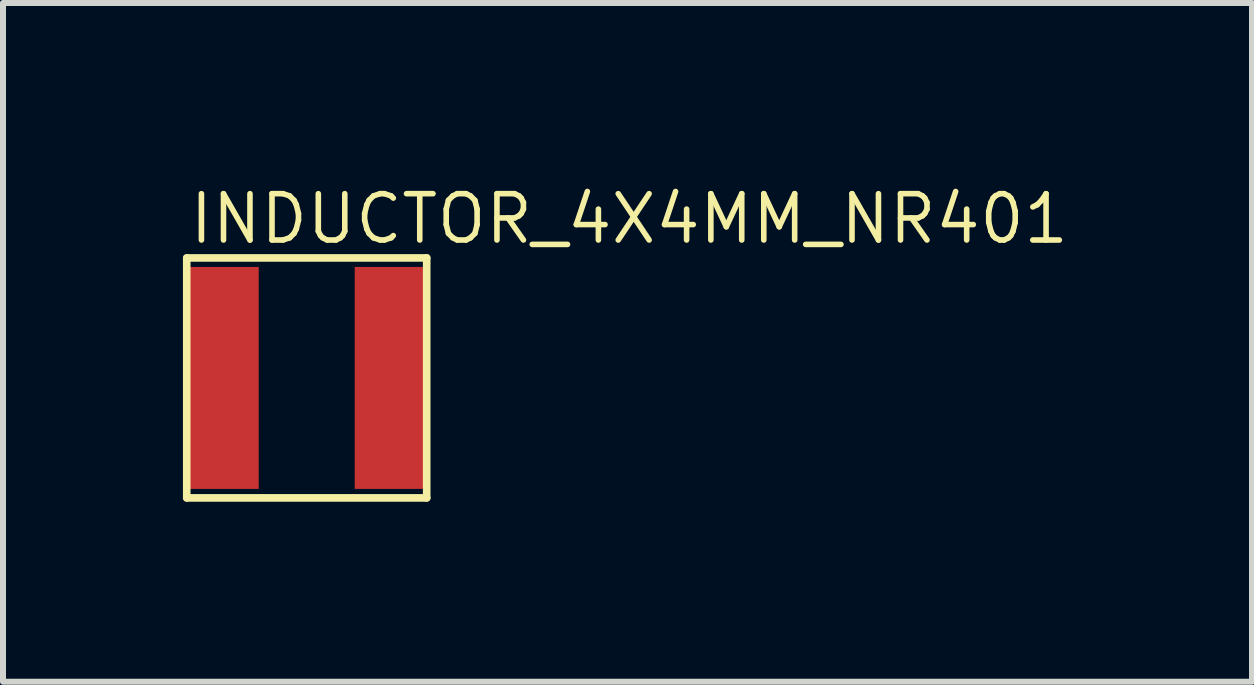
<source format=kicad_pcb>
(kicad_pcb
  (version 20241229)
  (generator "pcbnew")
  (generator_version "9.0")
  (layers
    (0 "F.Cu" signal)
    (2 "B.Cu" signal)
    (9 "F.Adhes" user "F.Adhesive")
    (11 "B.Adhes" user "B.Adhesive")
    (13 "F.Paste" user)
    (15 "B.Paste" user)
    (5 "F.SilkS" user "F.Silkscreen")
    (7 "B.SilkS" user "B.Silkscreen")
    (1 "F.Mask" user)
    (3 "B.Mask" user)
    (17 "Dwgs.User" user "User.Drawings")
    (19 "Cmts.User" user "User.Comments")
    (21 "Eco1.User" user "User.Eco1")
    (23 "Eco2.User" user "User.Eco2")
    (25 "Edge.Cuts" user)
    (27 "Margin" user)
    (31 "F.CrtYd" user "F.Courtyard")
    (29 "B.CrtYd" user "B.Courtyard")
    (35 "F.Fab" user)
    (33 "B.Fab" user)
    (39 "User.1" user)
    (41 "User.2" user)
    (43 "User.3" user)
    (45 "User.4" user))
  (footprint "INDUCTOR_4X4MM_NR401"
    (layer "F.Cu")
    (at 2.063 3.25)
    (property "Reference" "INDUCTOR_4X4MM_NR401" (at -2 -2.2 180) (layer "F.SilkS") (effects (font (size 0.772 0.772) (thickness 0.093)) (justify left bottom)))
    (attr through_hole)
    (fp_line (start -2 -2) (end 2 -2) (stroke (width 0.127) (type solid)) (layer "F.SilkS"))
    (fp_line (start -2 2) (end -2 -2) (stroke (width 0.127) (type solid)) (layer "F.SilkS"))
    (fp_line (start 2 -2) (end 2 2) (stroke (width 0.127) (type solid)) (layer "F.SilkS"))
    (fp_line (start 2 2) (end -2 2) (stroke (width 0.127) (type solid)) (layer "F.SilkS"))
    (pad "P$1" smd rect (at -1.4 0) (size 1.2 3.7) (layers "F.Cu" "F.Mask" "F.Paste"))
    (pad "P$2" smd rect (at 1.4 0) (size 1.2 3.7) (layers "F.Cu" "F.Mask" "F.Paste")))
  (gr_rect
    (start -3 -3)
    (end 17.821 8.314)
    (stroke (width 0.1) (type default))
    (fill no)
    (layer "Edge.Cuts")))
</source>
